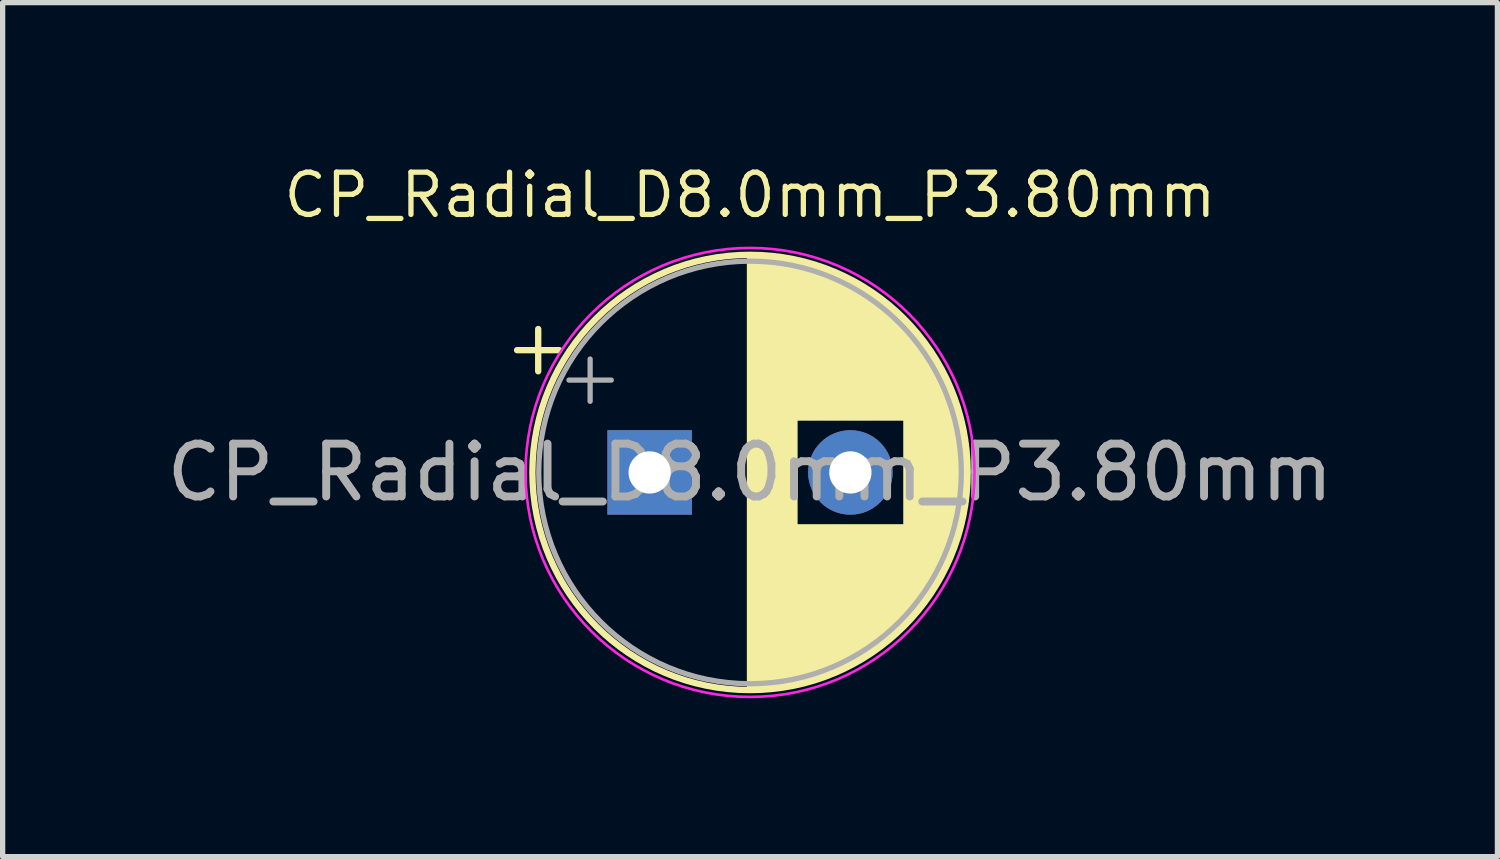
<source format=kicad_pcb>
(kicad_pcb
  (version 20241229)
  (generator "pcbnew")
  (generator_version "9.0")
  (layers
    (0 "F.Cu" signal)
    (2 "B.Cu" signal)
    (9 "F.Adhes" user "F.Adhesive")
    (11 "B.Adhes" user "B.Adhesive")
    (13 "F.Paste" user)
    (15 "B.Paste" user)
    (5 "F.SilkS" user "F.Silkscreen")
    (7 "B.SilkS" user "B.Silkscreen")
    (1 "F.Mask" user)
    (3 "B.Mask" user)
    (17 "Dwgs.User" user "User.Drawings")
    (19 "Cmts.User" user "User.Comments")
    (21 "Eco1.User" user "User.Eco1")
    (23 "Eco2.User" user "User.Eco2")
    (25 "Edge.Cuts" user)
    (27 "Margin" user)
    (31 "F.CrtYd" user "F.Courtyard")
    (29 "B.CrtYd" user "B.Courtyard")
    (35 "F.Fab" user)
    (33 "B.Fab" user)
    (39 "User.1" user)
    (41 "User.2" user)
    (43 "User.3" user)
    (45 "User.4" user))
  (footprint "CP_Radial_D8.0mm_P3.80mm"
    (layer "F.Cu")
    (at 9.249 5.894)
    (property "Reference" "CP_Radial_D8.0mm_P3.80mm" (at 1.9 -5.25 0) (layer "F.SilkS") (effects (font (size 0.8 0.8) (thickness 0.1))))
    (attr through_hole)
    (fp_line (start -2.51 -2.315) (end -1.71 -2.315) (stroke (width 0.12) (type solid)) (layer "F.SilkS"))
    (fp_line (start -2.11 -2.715) (end -2.11 -1.915) (stroke (width 0.12) (type solid)) (layer "F.SilkS"))
    (fp_line (start 1.9 -4.08) (end 1.9 4.08) (stroke (width 0.12) (type solid)) (layer "F.SilkS"))
    (fp_line (start 1.94 -4.08) (end 1.94 4.08) (stroke (width 0.12) (type solid)) (layer "F.SilkS"))
    (fp_line (start 1.98 -4.08) (end 1.98 4.08) (stroke (width 0.12) (type solid)) (layer "F.SilkS"))
    (fp_line (start 2.02 -4.079) (end 2.02 4.079) (stroke (width 0.12) (type solid)) (layer "F.SilkS"))
    (fp_line (start 2.06 -4.077) (end 2.06 4.077) (stroke (width 0.12) (type solid)) (layer "F.SilkS"))
    (fp_line (start 2.1 -4.076) (end 2.1 4.076) (stroke (width 0.12) (type solid)) (layer "F.SilkS"))
    (fp_line (start 2.14 -4.074) (end 2.14 4.074) (stroke (width 0.12) (type solid)) (layer "F.SilkS"))
    (fp_line (start 2.18 -4.071) (end 2.18 4.071) (stroke (width 0.12) (type solid)) (layer "F.SilkS"))
    (fp_line (start 2.22 -4.068) (end 2.22 4.068) (stroke (width 0.12) (type solid)) (layer "F.SilkS"))
    (fp_line (start 2.26 -4.065) (end 2.26 4.065) (stroke (width 0.12) (type solid)) (layer "F.SilkS"))
    (fp_line (start 2.3 -4.061) (end 2.3 4.061) (stroke (width 0.12) (type solid)) (layer "F.SilkS"))
    (fp_line (start 2.34 -4.057) (end 2.34 4.057) (stroke (width 0.12) (type solid)) (layer "F.SilkS"))
    (fp_line (start 2.38 -4.052) (end 2.38 4.052) (stroke (width 0.12) (type solid)) (layer "F.SilkS"))
    (fp_line (start 2.42 -4.048) (end 2.42 4.048) (stroke (width 0.12) (type solid)) (layer "F.SilkS"))
    (fp_line (start 2.46 -4.042) (end 2.46 4.042) (stroke (width 0.12) (type solid)) (layer "F.SilkS"))
    (fp_line (start 2.5 -4.037) (end 2.5 4.037) (stroke (width 0.12) (type solid)) (layer "F.SilkS"))
    (fp_line (start 2.54 -4.03) (end 2.54 4.03) (stroke (width 0.12) (type solid)) (layer "F.SilkS"))
    (fp_line (start 2.58 -4.024) (end 2.58 4.024) (stroke (width 0.12) (type solid)) (layer "F.SilkS"))
    (fp_line (start 2.621 -4.017) (end 2.621 4.017) (stroke (width 0.12) (type solid)) (layer "F.SilkS"))
    (fp_line (start 2.661 -4.01) (end 2.661 4.01) (stroke (width 0.12) (type solid)) (layer "F.SilkS"))
    (fp_line (start 2.701 -4.002) (end 2.701 4.002) (stroke (width 0.12) (type solid)) (layer "F.SilkS"))
    (fp_line (start 2.741 -3.994) (end 2.741 3.994) (stroke (width 0.12) (type solid)) (layer "F.SilkS"))
    (fp_line (start 2.781 -3.985) (end 2.781 -1.04) (stroke (width 0.12) (type solid)) (layer "F.SilkS"))
    (fp_line (start 2.781 1.04) (end 2.781 3.985) (stroke (width 0.12) (type solid)) (layer "F.SilkS"))
    (fp_line (start 2.821 -3.976) (end 2.821 -1.04) (stroke (width 0.12) (type solid)) (layer "F.SilkS"))
    (fp_line (start 2.821 1.04) (end 2.821 3.976) (stroke (width 0.12) (type solid)) (layer "F.SilkS"))
    (fp_line (start 2.861 -3.967) (end 2.861 -1.04) (stroke (width 0.12) (type solid)) (layer "F.SilkS"))
    (fp_line (start 2.861 1.04) (end 2.861 3.967) (stroke (width 0.12) (type solid)) (layer "F.SilkS"))
    (fp_line (start 2.901 -3.957) (end 2.901 -1.04) (stroke (width 0.12) (type solid)) (layer "F.SilkS"))
    (fp_line (start 2.901 1.04) (end 2.901 3.957) (stroke (width 0.12) (type solid)) (layer "F.SilkS"))
    (fp_line (start 2.941 -3.947) (end 2.941 -1.04) (stroke (width 0.12) (type solid)) (layer "F.SilkS"))
    (fp_line (start 2.941 1.04) (end 2.941 3.947) (stroke (width 0.12) (type solid)) (layer "F.SilkS"))
    (fp_line (start 2.981 -3.936) (end 2.981 -1.04) (stroke (width 0.12) (type solid)) (layer "F.SilkS"))
    (fp_line (start 2.981 1.04) (end 2.981 3.936) (stroke (width 0.12) (type solid)) (layer "F.SilkS"))
    (fp_line (start 3.021 -3.925) (end 3.021 -1.04) (stroke (width 0.12) (type solid)) (layer "F.SilkS"))
    (fp_line (start 3.021 1.04) (end 3.021 3.925) (stroke (width 0.12) (type solid)) (layer "F.SilkS"))
    (fp_line (start 3.061 -3.914) (end 3.061 -1.04) (stroke (width 0.12) (type solid)) (layer "F.SilkS"))
    (fp_line (start 3.061 1.04) (end 3.061 3.914) (stroke (width 0.12) (type solid)) (layer "F.SilkS"))
    (fp_line (start 3.101 -3.902) (end 3.101 -1.04) (stroke (width 0.12) (type solid)) (layer "F.SilkS"))
    (fp_line (start 3.101 1.04) (end 3.101 3.902) (stroke (width 0.12) (type solid)) (layer "F.SilkS"))
    (fp_line (start 3.141 -3.889) (end 3.141 -1.04) (stroke (width 0.12) (type solid)) (layer "F.SilkS"))
    (fp_line (start 3.141 1.04) (end 3.141 3.889) (stroke (width 0.12) (type solid)) (layer "F.SilkS"))
    (fp_line (start 3.181 -3.877) (end 3.181 -1.04) (stroke (width 0.12) (type solid)) (layer "F.SilkS"))
    (fp_line (start 3.181 1.04) (end 3.181 3.877) (stroke (width 0.12) (type solid)) (layer "F.SilkS"))
    (fp_line (start 3.221 -3.863) (end 3.221 -1.04) (stroke (width 0.12) (type solid)) (layer "F.SilkS"))
    (fp_line (start 3.221 1.04) (end 3.221 3.863) (stroke (width 0.12) (type solid)) (layer "F.SilkS"))
    (fp_line (start 3.261 -3.85) (end 3.261 -1.04) (stroke (width 0.12) (type solid)) (layer "F.SilkS"))
    (fp_line (start 3.261 1.04) (end 3.261 3.85) (stroke (width 0.12) (type solid)) (layer "F.SilkS"))
    (fp_line (start 3.301 -3.835) (end 3.301 -1.04) (stroke (width 0.12) (type solid)) (layer "F.SilkS"))
    (fp_line (start 3.301 1.04) (end 3.301 3.835) (stroke (width 0.12) (type solid)) (layer "F.SilkS"))
    (fp_line (start 3.341 -3.821) (end 3.341 -1.04) (stroke (width 0.12) (type solid)) (layer "F.SilkS"))
    (fp_line (start 3.341 1.04) (end 3.341 3.821) (stroke (width 0.12) (type solid)) (layer "F.SilkS"))
    (fp_line (start 3.381 -3.805) (end 3.381 -1.04) (stroke (width 0.12) (type solid)) (layer "F.SilkS"))
    (fp_line (start 3.381 1.04) (end 3.381 3.805) (stroke (width 0.12) (type solid)) (layer "F.SilkS"))
    (fp_line (start 3.421 -3.79) (end 3.421 -1.04) (stroke (width 0.12) (type solid)) (layer "F.SilkS"))
    (fp_line (start 3.421 1.04) (end 3.421 3.79) (stroke (width 0.12) (type solid)) (layer "F.SilkS"))
    (fp_line (start 3.461 -3.774) (end 3.461 -1.04) (stroke (width 0.12) (type solid)) (layer "F.SilkS"))
    (fp_line (start 3.461 1.04) (end 3.461 3.774) (stroke (width 0.12) (type solid)) (layer "F.SilkS"))
    (fp_line (start 3.501 -3.757) (end 3.501 -1.04) (stroke (width 0.12) (type solid)) (layer "F.SilkS"))
    (fp_line (start 3.501 1.04) (end 3.501 3.757) (stroke (width 0.12) (type solid)) (layer "F.SilkS"))
    (fp_line (start 3.541 -3.74) (end 3.541 -1.04) (stroke (width 0.12) (type solid)) (layer "F.SilkS"))
    (fp_line (start 3.541 1.04) (end 3.541 3.74) (stroke (width 0.12) (type solid)) (layer "F.SilkS"))
    (fp_line (start 3.581 -3.722) (end 3.581 -1.04) (stroke (width 0.12) (type solid)) (layer "F.SilkS"))
    (fp_line (start 3.581 1.04) (end 3.581 3.722) (stroke (width 0.12) (type solid)) (layer "F.SilkS"))
    (fp_line (start 3.621 -3.704) (end 3.621 -1.04) (stroke (width 0.12) (type solid)) (layer "F.SilkS"))
    (fp_line (start 3.621 1.04) (end 3.621 3.704) (stroke (width 0.12) (type solid)) (layer "F.SilkS"))
    (fp_line (start 3.661 -3.686) (end 3.661 -1.04) (stroke (width 0.12) (type solid)) (layer "F.SilkS"))
    (fp_line (start 3.661 1.04) (end 3.661 3.686) (stroke (width 0.12) (type solid)) (layer "F.SilkS"))
    (fp_line (start 3.701 -3.666) (end 3.701 -1.04) (stroke (width 0.12) (type solid)) (layer "F.SilkS"))
    (fp_line (start 3.701 1.04) (end 3.701 3.666) (stroke (width 0.12) (type solid)) (layer "F.SilkS"))
    (fp_line (start 3.741 -3.647) (end 3.741 -1.04) (stroke (width 0.12) (type solid)) (layer "F.SilkS"))
    (fp_line (start 3.741 1.04) (end 3.741 3.647) (stroke (width 0.12) (type solid)) (layer "F.SilkS"))
    (fp_line (start 3.781 -3.627) (end 3.781 -1.04) (stroke (width 0.12) (type solid)) (layer "F.SilkS"))
    (fp_line (start 3.781 1.04) (end 3.781 3.627) (stroke (width 0.12) (type solid)) (layer "F.SilkS"))
    (fp_line (start 3.821 -3.606) (end 3.821 -1.04) (stroke (width 0.12) (type solid)) (layer "F.SilkS"))
    (fp_line (start 3.821 1.04) (end 3.821 3.606) (stroke (width 0.12) (type solid)) (layer "F.SilkS"))
    (fp_line (start 3.861 -3.584) (end 3.861 -1.04) (stroke (width 0.12) (type solid)) (layer "F.SilkS"))
    (fp_line (start 3.861 1.04) (end 3.861 3.584) (stroke (width 0.12) (type solid)) (layer "F.SilkS"))
    (fp_line (start 3.901 -3.562) (end 3.901 -1.04) (stroke (width 0.12) (type solid)) (layer "F.SilkS"))
    (fp_line (start 3.901 1.04) (end 3.901 3.562) (stroke (width 0.12) (type solid)) (layer "F.SilkS"))
    (fp_line (start 3.941 -3.54) (end 3.941 -1.04) (stroke (width 0.12) (type solid)) (layer "F.SilkS"))
    (fp_line (start 3.941 1.04) (end 3.941 3.54) (stroke (width 0.12) (type solid)) (layer "F.SilkS"))
    (fp_line (start 3.981 -3.517) (end 3.981 -1.04) (stroke (width 0.12) (type solid)) (layer "F.SilkS"))
    (fp_line (start 3.981 1.04) (end 3.981 3.517) (stroke (width 0.12) (type solid)) (layer "F.SilkS"))
    (fp_line (start 4.021 -3.493) (end 4.021 -1.04) (stroke (width 0.12) (type solid)) (layer "F.SilkS"))
    (fp_line (start 4.021 1.04) (end 4.021 3.493) (stroke (width 0.12) (type solid)) (layer "F.SilkS"))
    (fp_line (start 4.061 -3.469) (end 4.061 -1.04) (stroke (width 0.12) (type solid)) (layer "F.SilkS"))
    (fp_line (start 4.061 1.04) (end 4.061 3.469) (stroke (width 0.12) (type solid)) (layer "F.SilkS"))
    (fp_line (start 4.101 -3.444) (end 4.101 -1.04) (stroke (width 0.12) (type solid)) (layer "F.SilkS"))
    (fp_line (start 4.101 1.04) (end 4.101 3.444) (stroke (width 0.12) (type solid)) (layer "F.SilkS"))
    (fp_line (start 4.141 -3.418) (end 4.141 -1.04) (stroke (width 0.12) (type solid)) (layer "F.SilkS"))
    (fp_line (start 4.141 1.04) (end 4.141 3.418) (stroke (width 0.12) (type solid)) (layer "F.SilkS"))
    (fp_line (start 4.181 -3.392) (end 4.181 -1.04) (stroke (width 0.12) (type solid)) (layer "F.SilkS"))
    (fp_line (start 4.181 1.04) (end 4.181 3.392) (stroke (width 0.12) (type solid)) (layer "F.SilkS"))
    (fp_line (start 4.221 -3.365) (end 4.221 -1.04) (stroke (width 0.12) (type solid)) (layer "F.SilkS"))
    (fp_line (start 4.221 1.04) (end 4.221 3.365) (stroke (width 0.12) (type solid)) (layer "F.SilkS"))
    (fp_line (start 4.261 -3.338) (end 4.261 -1.04) (stroke (width 0.12) (type solid)) (layer "F.SilkS"))
    (fp_line (start 4.261 1.04) (end 4.261 3.338) (stroke (width 0.12) (type solid)) (layer "F.SilkS"))
    (fp_line (start 4.301 -3.309) (end 4.301 -1.04) (stroke (width 0.12) (type solid)) (layer "F.SilkS"))
    (fp_line (start 4.301 1.04) (end 4.301 3.309) (stroke (width 0.12) (type solid)) (layer "F.SilkS"))
    (fp_line (start 4.341 -3.28) (end 4.341 -1.04) (stroke (width 0.12) (type solid)) (layer "F.SilkS"))
    (fp_line (start 4.341 1.04) (end 4.341 3.28) (stroke (width 0.12) (type solid)) (layer "F.SilkS"))
    (fp_line (start 4.381 -3.25) (end 4.381 -1.04) (stroke (width 0.12) (type solid)) (layer "F.SilkS"))
    (fp_line (start 4.381 1.04) (end 4.381 3.25) (stroke (width 0.12) (type solid)) (layer "F.SilkS"))
    (fp_line (start 4.421 -3.22) (end 4.421 -1.04) (stroke (width 0.12) (type solid)) (layer "F.SilkS"))
    (fp_line (start 4.421 1.04) (end 4.421 3.22) (stroke (width 0.12) (type solid)) (layer "F.SilkS"))
    (fp_line (start 4.461 -3.189) (end 4.461 -1.04) (stroke (width 0.12) (type solid)) (layer "F.SilkS"))
    (fp_line (start 4.461 1.04) (end 4.461 3.189) (stroke (width 0.12) (type solid)) (layer "F.SilkS"))
    (fp_line (start 4.501 -3.156) (end 4.501 -1.04) (stroke (width 0.12) (type solid)) (layer "F.SilkS"))
    (fp_line (start 4.501 1.04) (end 4.501 3.156) (stroke (width 0.12) (type solid)) (layer "F.SilkS"))
    (fp_line (start 4.541 -3.124) (end 4.541 -1.04) (stroke (width 0.12) (type solid)) (layer "F.SilkS"))
    (fp_line (start 4.541 1.04) (end 4.541 3.124) (stroke (width 0.12) (type solid)) (layer "F.SilkS"))
    (fp_line (start 4.581 -3.09) (end 4.581 -1.04) (stroke (width 0.12) (type solid)) (layer "F.SilkS"))
    (fp_line (start 4.581 1.04) (end 4.581 3.09) (stroke (width 0.12) (type solid)) (layer "F.SilkS"))
    (fp_line (start 4.621 -3.055) (end 4.621 -1.04) (stroke (width 0.12) (type solid)) (layer "F.SilkS"))
    (fp_line (start 4.621 1.04) (end 4.621 3.055) (stroke (width 0.12) (type solid)) (layer "F.SilkS"))
    (fp_line (start 4.661 -3.019) (end 4.661 -1.04) (stroke (width 0.12) (type solid)) (layer "F.SilkS"))
    (fp_line (start 4.661 1.04) (end 4.661 3.019) (stroke (width 0.12) (type solid)) (layer "F.SilkS"))
    (fp_line (start 4.701 -2.983) (end 4.701 -1.04) (stroke (width 0.12) (type solid)) (layer "F.SilkS"))
    (fp_line (start 4.701 1.04) (end 4.701 2.983) (stroke (width 0.12) (type solid)) (layer "F.SilkS"))
    (fp_line (start 4.741 -2.945) (end 4.741 -1.04) (stroke (width 0.12) (type solid)) (layer "F.SilkS"))
    (fp_line (start 4.741 1.04) (end 4.741 2.945) (stroke (width 0.12) (type solid)) (layer "F.SilkS"))
    (fp_line (start 4.781 -2.907) (end 4.781 -1.04) (stroke (width 0.12) (type solid)) (layer "F.SilkS"))
    (fp_line (start 4.781 1.04) (end 4.781 2.907) (stroke (width 0.12) (type solid)) (layer "F.SilkS"))
    (fp_line (start 4.821 -2.867) (end 4.821 -1.04) (stroke (width 0.12) (type solid)) (layer "F.SilkS"))
    (fp_line (start 4.821 1.04) (end 4.821 2.867) (stroke (width 0.12) (type solid)) (layer "F.SilkS"))
    (fp_line (start 4.861 -2.826) (end 4.861 2.826) (stroke (width 0.12) (type solid)) (layer "F.SilkS"))
    (fp_line (start 4.901 -2.784) (end 4.901 2.784) (stroke (width 0.12) (type solid)) (layer "F.SilkS"))
    (fp_line (start 4.941 -2.741) (end 4.941 2.741) (stroke (width 0.12) (type solid)) (layer "F.SilkS"))
    (fp_line (start 4.981 -2.697) (end 4.981 2.697) (stroke (width 0.12) (type solid)) (layer "F.SilkS"))
    (fp_line (start 5.021 -2.651) (end 5.021 2.651) (stroke (width 0.12) (type solid)) (layer "F.SilkS"))
    (fp_line (start 5.061 -2.604) (end 5.061 2.604) (stroke (width 0.12) (type solid)) (layer "F.SilkS"))
    (fp_line (start 5.101 -2.556) (end 5.101 2.556) (stroke (width 0.12) (type solid)) (layer "F.SilkS"))
    (fp_line (start 5.141 -2.505) (end 5.141 2.505) (stroke (width 0.12) (type solid)) (layer "F.SilkS"))
    (fp_line (start 5.181 -2.454) (end 5.181 2.454) (stroke (width 0.12) (type solid)) (layer "F.SilkS"))
    (fp_line (start 5.221 -2.4) (end 5.221 2.4) (stroke (width 0.12) (type solid)) (layer "F.SilkS"))
    (fp_line (start 5.261 -2.345) (end 5.261 2.345) (stroke (width 0.12) (type solid)) (layer "F.SilkS"))
    (fp_line (start 5.301 -2.287) (end 5.301 2.287) (stroke (width 0.12) (type solid)) (layer "F.SilkS"))
    (fp_line (start 5.341 -2.228) (end 5.341 2.228) (stroke (width 0.12) (type solid)) (layer "F.SilkS"))
    (fp_line (start 5.381 -2.166) (end 5.381 2.166) (stroke (width 0.12) (type solid)) (layer "F.SilkS"))
    (fp_line (start 5.421 -2.102) (end 5.421 2.102) (stroke (width 0.12) (type solid)) (layer "F.SilkS"))
    (fp_line (start 5.461 -2.034) (end 5.461 2.034) (stroke (width 0.12) (type solid)) (layer "F.SilkS"))
    (fp_line (start 5.501 -1.964) (end 5.501 1.964) (stroke (width 0.12) (type solid)) (layer "F.SilkS"))
    (fp_line (start 5.541 -1.89) (end 5.541 1.89) (stroke (width 0.12) (type solid)) (layer "F.SilkS"))
    (fp_line (start 5.581 -1.813) (end 5.581 1.813) (stroke (width 0.12) (type solid)) (layer "F.SilkS"))
    (fp_line (start 5.621 -1.731) (end 5.621 1.731) (stroke (width 0.12) (type solid)) (layer "F.SilkS"))
    (fp_line (start 5.661 -1.645) (end 5.661 1.645) (stroke (width 0.12) (type solid)) (layer "F.SilkS"))
    (fp_line (start 5.701 -1.552) (end 5.701 1.552) (stroke (width 0.12) (type solid)) (layer "F.SilkS"))
    (fp_line (start 5.741 -1.453) (end 5.741 1.453) (stroke (width 0.12) (type solid)) (layer "F.SilkS"))
    (fp_line (start 5.781 -1.346) (end 5.781 1.346) (stroke (width 0.12) (type solid)) (layer "F.SilkS"))
    (fp_line (start 5.821 -1.229) (end 5.821 1.229) (stroke (width 0.12) (type solid)) (layer "F.SilkS"))
    (fp_line (start 5.861 -1.098) (end 5.861 1.098) (stroke (width 0.12) (type solid)) (layer "F.SilkS"))
    (fp_line (start 5.901 -0.948) (end 5.901 0.948) (stroke (width 0.12) (type solid)) (layer "F.SilkS"))
    (fp_line (start 5.941 -0.768) (end 5.941 0.768) (stroke (width 0.12) (type solid)) (layer "F.SilkS"))
    (fp_line (start 5.981 -0.533) (end 5.981 0.533) (stroke (width 0.12) (type solid)) (layer "F.SilkS"))
    (fp_circle (center 1.9 0) (end 6.02 0) (stroke (width 0.12) (type solid)) (fill no) (layer "F.SilkS"))
    (fp_circle (center 1.9 0) (end 6.15 0) (stroke (width 0.05) (type solid)) (fill no) (layer "F.CrtYd"))
    (fp_line (start -1.527 -1.748) (end -0.727 -1.748) (stroke (width 0.1) (type solid)) (layer "F.Fab"))
    (fp_line (start -1.127 -2.147) (end -1.127 -1.347) (stroke (width 0.1) (type solid)) (layer "F.Fab"))
    (fp_circle (center 1.9 0) (end 5.9 0) (stroke (width 0.1) (type solid)) (fill no) (layer "F.Fab"))
    (fp_text user "${REFERENCE}" (at 1.9 0 0) (layer "F.Fab") (effects (font (size 1 1) (thickness 0.15))))
    (pad "1" thru_hole rect (at 0 0) (size 1.6 1.6) (drill 0.8) (layers "*.Cu" "*.Mask"))
    (pad "2" thru_hole circle (at 3.8 0) (size 1.6 1.6) (drill 0.8) (layers "*.Cu" "*.Mask")))
  (gr_rect
    (start -3 -3)
    (end 25.298 13.168)
    (stroke (width 0.1) (type default))
    (fill no)
    (layer "Edge.Cuts")))
</source>
